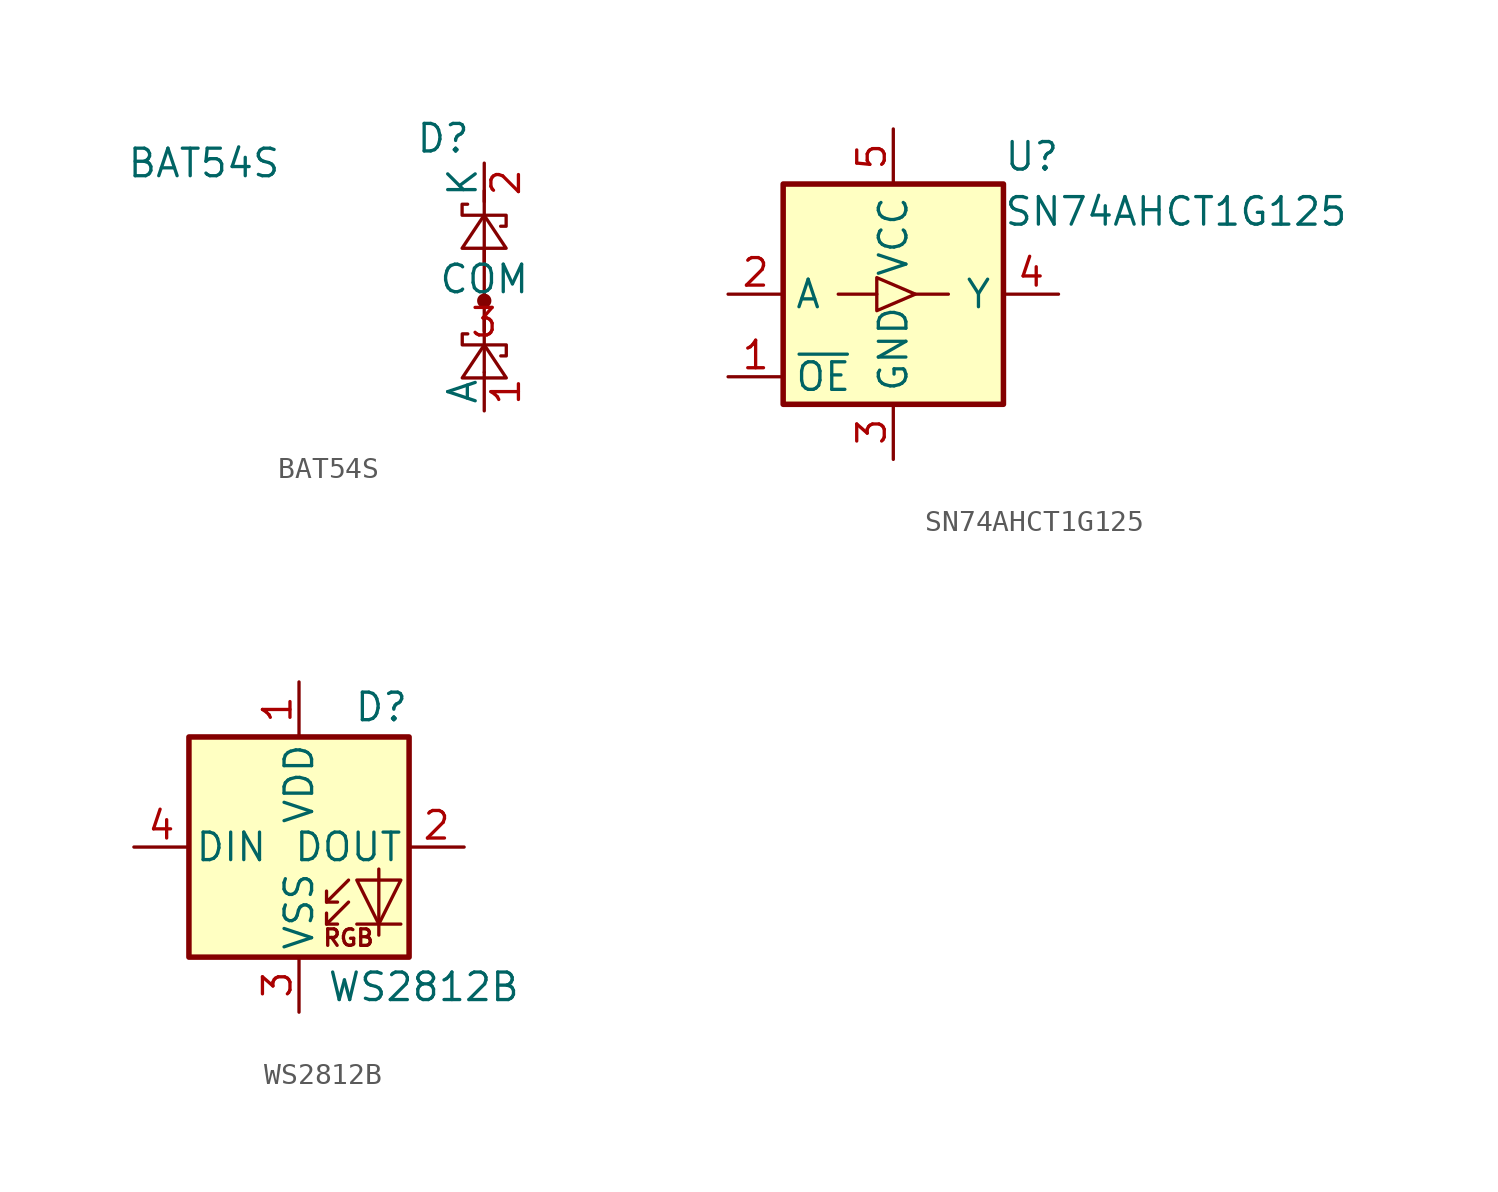
<source format=kicad_sym>
(kicad_symbol_lib
  (version 20220914)
  (generator kicad_symbol_editor)
  (symbol "BAT54S"
    (pin_names
      (offset 0))
    (property "Reference" "D"
      (at -3.175 7.493 0)
      (effects (font (size 1.27 1.27)) (justify left)))
    (property "Value" "BAT54S"
      (at -16.51 6.35 0)
      (effects (font (size 1.27 1.27)) (justify left)))
    (symbol "BAT54S_0_1"
      (polyline (pts (xy 0 -3.302) (xy 0 -0.762)) (stroke (width 0) (type default)) (fill (type none)))
      (polyline (pts (xy 0 -1.397) (xy 0 2.413)) (stroke (width 0) (type default)) (fill (type none)))
      (polyline (pts (xy 0 1.778) (xy 0 5.08)) (stroke (width 0) (type default)) (fill (type none)))
      (circle (center 0 0) (radius 0.254) (stroke (width 0) (type default)) (fill (type outline))))
    (symbol "BAT54S_1_1"
      (polyline (pts (xy 1.01 2.422) (xy -0.006 3.946) (xy -1.022 2.422) (xy 1.01 2.422)) (stroke (width 0) (type default)) (fill (type none)))
      (polyline (pts (xy 1.017 -3.56) (xy 0.001 -2.036) (xy -1.015 -3.56) (xy 1.017 -3.56)) (stroke (width 0) (type default)) (fill (type none)))
      (polyline (pts (xy -0.768 4.454) (xy -1.022 4.454) (xy -1.022 3.946) (xy 1.01 3.946) (xy 1.01 3.438) (xy 0.756 3.438)) (stroke (width 0) (type default)) (fill (type none)))
      (polyline (pts (xy -0.761 -1.528) (xy -1.015 -1.528) (xy -1.015 -2.036) (xy 1.017 -2.036) (xy 1.017 -2.544) (xy 0.763 -2.544)) (stroke (width 0) (type default)) (fill (type none)))
      (pin passive line (at 0 -5.08 90) (length 1.778) (name "A" (effects (font (size 1.27 1.27)))) (number "1" (effects (font (size 1.27 1.27)))))
      (pin passive line (at 0 6.35 270) (length 1.778) (name "K" (effects (font (size 1.27 1.27)))) (number "2" (effects (font (size 1.27 1.27)))))
      (pin passive line (at 0 0 180) (length 0) (name "COM" (effects (font (size 1.27 1.27)))) (number "3" (effects (font (size 1.27 1.27)))))))
  (symbol "SN74AHCT1G125"
    (property "Reference" "U"
      (at 5.08 6.35 0)
      (effects (font (size 1.27 1.27)) (justify left)))
    (property "Value" "SN74AHCT1G125"
      (at 5.08 3.81 0)
      (effects (font (size 1.27 1.27)) (justify left)))
    (symbol "SN74AHCT1G125_0_1"
      (rectangle (start -5.08 5.08) (end 5.08 -5.08) (stroke (width 0.254) (type default)) (fill (type background)))
      (polyline (pts (xy -0.762 0) (xy -2.54 0)) (stroke (width 0) (type default)) (fill (type none)))
      (polyline (pts (xy 1.016 0) (xy 2.54 0)) (stroke (width 0) (type default)) (fill (type none))))
    (symbol "SN74AHCT1G125_1_1"
      (polyline (pts (xy -0.762 -0.762) (xy -0.762 0.762) (xy 1.016 0) (xy -0.762 -0.762)) (stroke (width 0) (type default)) (fill (type none)))
      (pin input line (at -7.62 -3.81 0) (length 2.54) (name "~{OE}" (effects (font (size 1.27 1.27)))) (number "1" (effects (font (size 1.27 1.27)))))
      (pin input line (at -7.62 0 0) (length 2.54) (name "A" (effects (font (size 1.27 1.27)))) (number "2" (effects (font (size 1.27 1.27)))))
      (pin power_in line (at 0 -7.62 90) (length 2.54) (name "GND" (effects (font (size 1.27 1.27)))) (number "3" (effects (font (size 1.27 1.27)))))
      (pin output line (at 7.62 0 180) (length 2.54) (name "Y" (effects (font (size 1.27 1.27)))) (number "4" (effects (font (size 1.27 1.27)))))
      (pin power_in line (at 0 7.62 270) (length 2.54) (name "VCC" (effects (font (size 1.27 1.27)))) (number "5" (effects (font (size 1.27 1.27)))))))
  (symbol "WS2812B"
    (pin_names
      (offset 0.254))
    (property "Reference" "D"
      (at 5.08 5.715 0)
      (effects (font (size 1.27 1.27)) (justify right bottom)))
    (property "Value" "WS2812B"
      (at 1.27 -5.715 0)
      (effects (font (size 1.27 1.27)) (justify left top)))
    (symbol "WS2812B_0_0"
      (text "RGB" (at 2.286 -4.191 0) (effects (font (size 0.762 0.762)))))
    (symbol "WS2812B_0_1"
      (polyline (pts (xy 1.27 -3.556) (xy 1.778 -3.556)) (stroke (width 0) (type default)) (fill (type none)))
      (polyline (pts (xy 1.27 -2.54) (xy 1.778 -2.54)) (stroke (width 0) (type default)) (fill (type none)))
      (polyline (pts (xy 4.699 -3.556) (xy 2.667 -3.556)) (stroke (width 0) (type default)) (fill (type none)))
      (polyline (pts (xy 2.286 -2.54) (xy 1.27 -3.556) (xy 1.27 -3.048)) (stroke (width 0) (type default)) (fill (type none)))
      (polyline (pts (xy 2.286 -1.524) (xy 1.27 -2.54) (xy 1.27 -2.032)) (stroke (width 0) (type default)) (fill (type none)))
      (polyline (pts (xy 3.683 -1.016) (xy 3.683 -3.556) (xy 3.683 -4.064)) (stroke (width 0) (type default)) (fill (type none)))
      (polyline (pts (xy 4.699 -1.524) (xy 2.667 -1.524) (xy 3.683 -3.556) (xy 4.699 -1.524)) (stroke (width 0) (type default)) (fill (type none)))
      (rectangle (start 5.08 5.08) (end -5.08 -5.08) (stroke (width 0.254) (type default)) (fill (type background))))
    (symbol "WS2812B_1_1"
      (pin power_in line (at 0 7.62 270) (length 2.54) (name "VDD" (effects (font (size 1.27 1.27)))) (number "1" (effects (font (size 1.27 1.27)))))
      (pin output line (at 7.62 0 180) (length 2.54) (name "DOUT" (effects (font (size 1.27 1.27)))) (number "2" (effects (font (size 1.27 1.27)))) (alternate "UNUSED" no_connect line))
      (pin power_in line (at 0 -7.62 90) (length 2.54) (name "VSS" (effects (font (size 1.27 1.27)))) (number "3" (effects (font (size 1.27 1.27)))))
      (pin input line (at -7.62 0 0) (length 2.54) (name "DIN" (effects (font (size 1.27 1.27)))) (number "4" (effects (font (size 1.27 1.27))))))))
</source>
